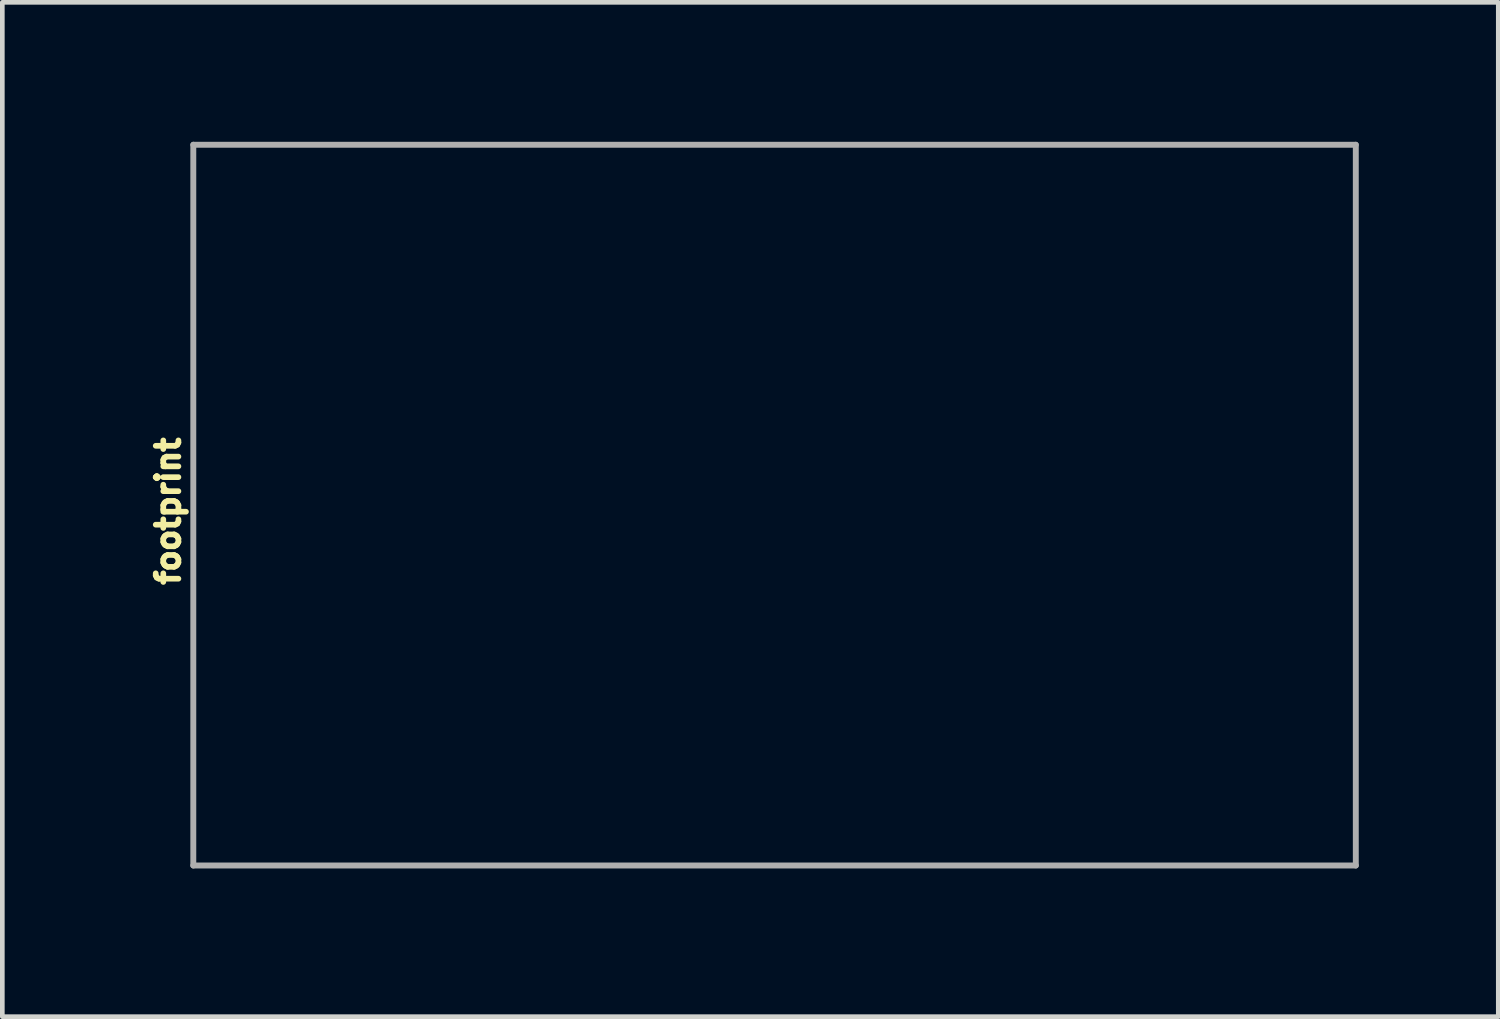
<source format=kicad_pcb>
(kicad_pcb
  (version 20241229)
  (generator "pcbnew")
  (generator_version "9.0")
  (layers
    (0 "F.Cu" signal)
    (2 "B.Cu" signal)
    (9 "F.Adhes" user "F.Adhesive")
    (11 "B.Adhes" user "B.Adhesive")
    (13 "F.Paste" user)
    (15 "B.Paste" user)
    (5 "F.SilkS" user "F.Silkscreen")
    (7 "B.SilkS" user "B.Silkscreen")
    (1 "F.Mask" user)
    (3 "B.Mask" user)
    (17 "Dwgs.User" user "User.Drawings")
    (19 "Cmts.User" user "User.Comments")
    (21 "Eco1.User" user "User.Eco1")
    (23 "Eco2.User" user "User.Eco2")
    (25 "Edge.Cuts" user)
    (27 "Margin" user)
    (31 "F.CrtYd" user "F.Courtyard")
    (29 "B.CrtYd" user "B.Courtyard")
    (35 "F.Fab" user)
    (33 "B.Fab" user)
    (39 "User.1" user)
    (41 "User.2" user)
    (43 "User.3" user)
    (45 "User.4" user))
  (footprint "footprint"
    (layer "F.Cu")
    (at 1.107 15.563)
    (property "Reference" "footprint" (at -0.254 -7.62 90) (layer "F.SilkS") (effects (font (size 0.488 0.488) (thickness 0.122)) (justify bottom)))
    (fp_line (start 0 -15.5) (end 25 -15.5) (stroke (width 0.127) (type solid)) (layer "F.Fab"))
    (fp_line (start 0 0) (end 0 -15.5) (stroke (width 0.127) (type solid)) (layer "F.Fab"))
    (fp_line (start 25 -15.5) (end 25 0) (stroke (width 0.127) (type solid)) (layer "F.Fab"))
    (fp_line (start 25 0) (end 0 0) (stroke (width 0.127) (type solid)) (layer "F.Fab")))
  (gr_rect
    (start -3 -3)
    (end 29.171 18.814)
    (stroke (width 0.1) (type default))
    (fill no)
    (layer "Edge.Cuts")))
</source>
